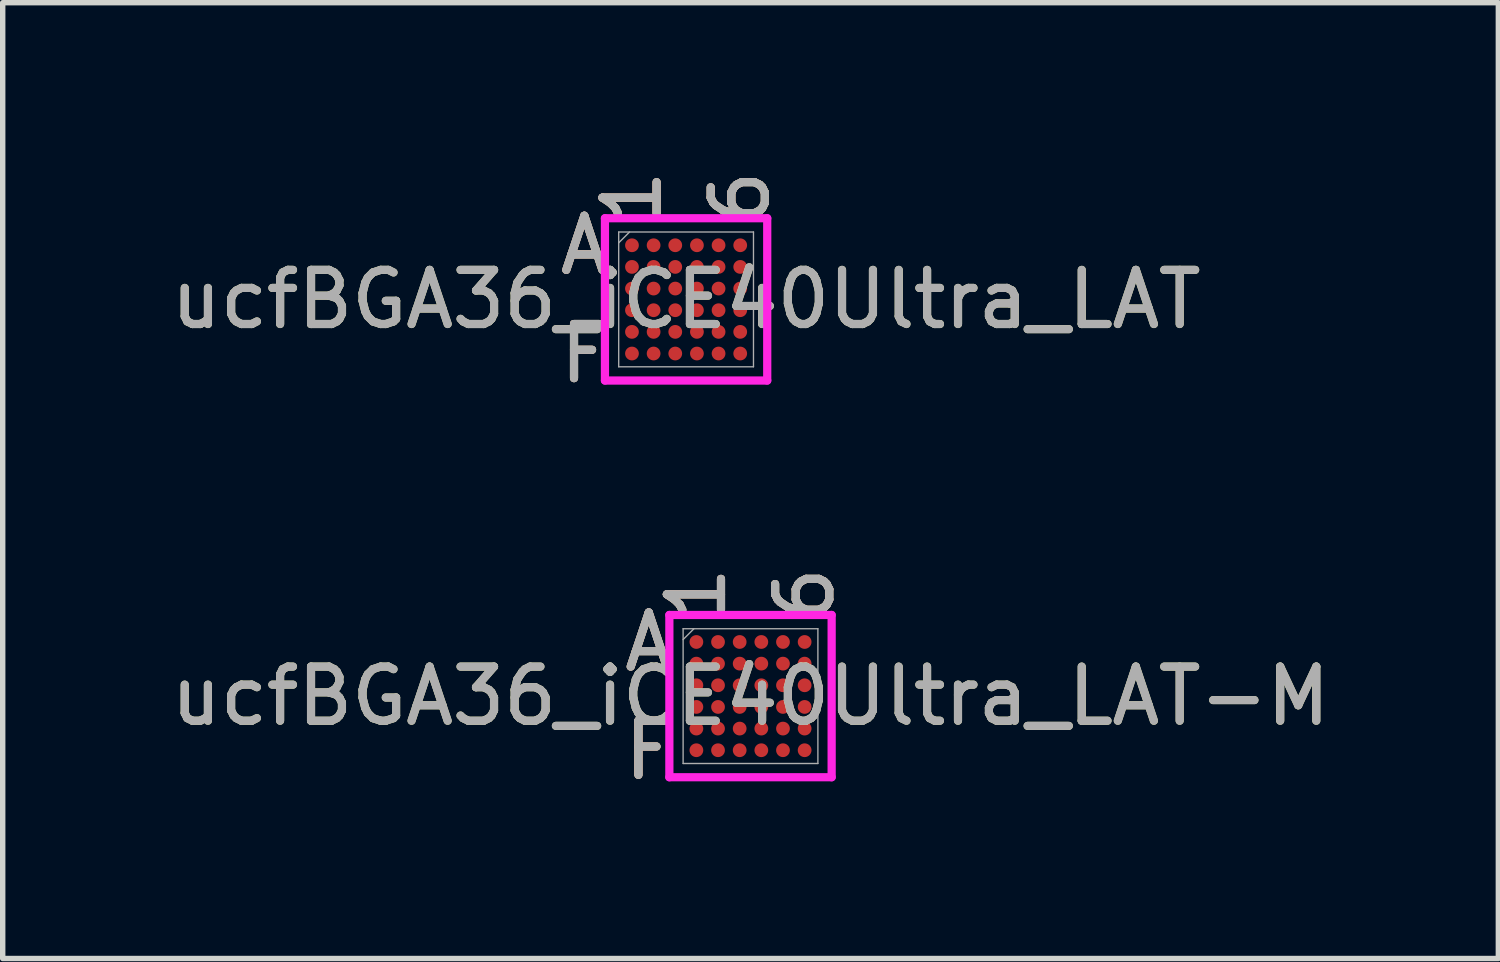
<source format=kicad_pcb>
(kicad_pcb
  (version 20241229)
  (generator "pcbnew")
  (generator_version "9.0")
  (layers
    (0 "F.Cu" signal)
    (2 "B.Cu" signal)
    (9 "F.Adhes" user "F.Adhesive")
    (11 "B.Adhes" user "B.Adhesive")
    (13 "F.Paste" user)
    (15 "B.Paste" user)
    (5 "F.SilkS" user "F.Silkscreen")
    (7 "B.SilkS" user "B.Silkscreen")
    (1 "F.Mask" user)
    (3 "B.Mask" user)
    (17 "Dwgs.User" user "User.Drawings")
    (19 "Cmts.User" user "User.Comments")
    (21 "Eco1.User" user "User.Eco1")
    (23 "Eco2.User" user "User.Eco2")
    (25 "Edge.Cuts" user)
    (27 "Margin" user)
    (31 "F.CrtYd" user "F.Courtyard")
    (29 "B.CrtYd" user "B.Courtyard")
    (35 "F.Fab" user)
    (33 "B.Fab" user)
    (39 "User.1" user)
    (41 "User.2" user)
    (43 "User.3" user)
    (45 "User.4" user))
  (footprint "ucfBGA36_iCE40Ultra_LAT"
    (layer "F.Cu")
    (at 9.625 2.481)
    (property "Reference" "ucfBGA36_iCE40Ultra_LAT" (at 0 0 0) (unlocked yes) (layer "F.SilkS") (effects (font (size 1 1) (thickness 0.15))))
    (attr smd)
    (fp_line (start -1.499 -1.499) (end 1.499 -1.499) (stroke (width 0.152) (type solid)) (layer "F.CrtYd"))
    (fp_line (start -1.499 1.499) (end -1.499 -1.499) (stroke (width 0.152) (type solid)) (layer "F.CrtYd"))
    (fp_line (start 1.499 -1.499) (end 1.499 1.499) (stroke (width 0.152) (type solid)) (layer "F.CrtYd"))
    (fp_line (start 1.499 1.499) (end -1.499 1.499) (stroke (width 0.152) (type solid)) (layer "F.CrtYd"))
    (fp_line (start -1.245 -1.245) (end -1.245 1.245) (stroke (width 0.025) (type solid)) (layer "F.Fab"))
    (fp_line (start -1.245 1.245) (end 1.245 1.245) (stroke (width 0.025) (type solid)) (layer "F.Fab"))
    (fp_line (start -1.045 -1.245) (end -1.245 -1.045) (stroke (width 0.025) (type solid)) (layer "F.Fab"))
    (fp_line (start 1.245 -1.245) (end -1.245 -1.245) (stroke (width 0.025) (type solid)) (layer "F.Fab"))
    (fp_line (start 1.245 1.245) (end 1.245 -1.245) (stroke (width 0.025) (type solid)) (layer "F.Fab"))
    (fp_text user "A" (at -1.88 -1 0) (unlocked yes) (layer "F.SilkS") (effects (font (size 1 1) (thickness 0.15))))
    (fp_text user "6" (at 1 -1.88 90) (unlocked yes) (layer "F.SilkS") (effects (font (size 1 1) (thickness 0.15))))
    (fp_text user "F" (at -1.88 1 0) (unlocked yes) (layer "F.SilkS") (effects (font (size 1 1) (thickness 0.15))))
    (fp_text user "1" (at -1 -1.88 90) (unlocked yes) (layer "F.SilkS") (effects (font (size 1 1) (thickness 0.15))))
    (fp_text user "A" (at -1.88 -1 0) (unlocked yes) (layer "B.SilkS") (effects (font (size 1 1) (thickness 0.15))))
    (fp_text user "6" (at 1 -1.88 90) (unlocked yes) (layer "B.SilkS") (effects (font (size 1 1) (thickness 0.15))))
    (fp_text user "F" (at -1.88 1 0) (unlocked yes) (layer "B.SilkS") (effects (font (size 1 1) (thickness 0.15))))
    (fp_text user "1" (at -1 -1.88 90) (unlocked yes) (layer "B.SilkS") (effects (font (size 1 1) (thickness 0.15))))
    (fp_text user "F" (at -1.88 1 0) (unlocked yes) (layer "F.Fab") (effects (font (size 1 1) (thickness 0.15))))
    (fp_text user "1" (at -1 -1.88 90) (unlocked yes) (layer "F.Fab") (effects (font (size 1 1) (thickness 0.15))))
    (fp_text user "6" (at 1 -1.88 90) (unlocked yes) (layer "F.Fab") (effects (font (size 1 1) (thickness 0.15))))
    (fp_text user "A" (at -1.88 -1 0) (unlocked yes) (layer "F.Fab") (effects (font (size 1 1) (thickness 0.15))))
    (fp_text user "${REFERENCE}" (at 0 0 0) (unlocked yes) (layer "F.Fab") (effects (font (size 1 1) (thickness 0.15))))
    (pad "A1" smd circle (at -1 -1) (size 0.254 0.254) (layers "F.Cu" "F.Mask" "F.Paste"))
    (pad "A2" smd circle (at -0.6 -1) (size 0.254 0.254) (layers "F.Cu" "F.Mask" "F.Paste"))
    (pad "A3" smd circle (at -0.2 -1) (size 0.254 0.254) (layers "F.Cu" "F.Mask" "F.Paste"))
    (pad "A4" smd circle (at 0.2 -1) (size 0.254 0.254) (layers "F.Cu" "F.Mask" "F.Paste"))
    (pad "A5" smd circle (at 0.6 -1) (size 0.254 0.254) (layers "F.Cu" "F.Mask" "F.Paste"))
    (pad "A6" smd circle (at 1 -1) (size 0.254 0.254) (layers "F.Cu" "F.Mask" "F.Paste"))
    (pad "B1" smd circle (at -1 -0.6) (size 0.254 0.254) (layers "F.Cu" "F.Mask" "F.Paste"))
    (pad "B2" smd circle (at -0.6 -0.6) (size 0.254 0.254) (layers "F.Cu" "F.Mask" "F.Paste"))
    (pad "B3" smd circle (at -0.2 -0.6) (size 0.254 0.254) (layers "F.Cu" "F.Mask" "F.Paste"))
    (pad "B4" smd circle (at 0.2 -0.6) (size 0.254 0.254) (layers "F.Cu" "F.Mask" "F.Paste"))
    (pad "B5" smd circle (at 0.6 -0.6) (size 0.254 0.254) (layers "F.Cu" "F.Mask" "F.Paste"))
    (pad "B6" smd circle (at 1 -0.6) (size 0.254 0.254) (layers "F.Cu" "F.Mask" "F.Paste"))
    (pad "C1" smd circle (at -1 -0.2) (size 0.254 0.254) (layers "F.Cu" "F.Mask" "F.Paste"))
    (pad "C2" smd circle (at -0.6 -0.2) (size 0.254 0.254) (layers "F.Cu" "F.Mask" "F.Paste"))
    (pad "C3" smd circle (at -0.2 -0.2) (size 0.254 0.254) (layers "F.Cu" "F.Mask" "F.Paste"))
    (pad "C4" smd circle (at 0.2 -0.2) (size 0.254 0.254) (layers "F.Cu" "F.Mask" "F.Paste"))
    (pad "C5" smd circle (at 0.6 -0.2) (size 0.254 0.254) (layers "F.Cu" "F.Mask" "F.Paste"))
    (pad "C6" smd circle (at 1 -0.2) (size 0.254 0.254) (layers "F.Cu" "F.Mask" "F.Paste"))
    (pad "D1" smd circle (at -1 0.2) (size 0.254 0.254) (layers "F.Cu" "F.Mask" "F.Paste"))
    (pad "D2" smd circle (at -0.6 0.2) (size 0.254 0.254) (layers "F.Cu" "F.Mask" "F.Paste"))
    (pad "D3" smd circle (at -0.2 0.2) (size 0.254 0.254) (layers "F.Cu" "F.Mask" "F.Paste"))
    (pad "D4" smd circle (at 0.2 0.2) (size 0.254 0.254) (layers "F.Cu" "F.Mask" "F.Paste"))
    (pad "D5" smd circle (at 0.6 0.2) (size 0.254 0.254) (layers "F.Cu" "F.Mask" "F.Paste"))
    (pad "D6" smd circle (at 1 0.2) (size 0.254 0.254) (layers "F.Cu" "F.Mask" "F.Paste"))
    (pad "E1" smd circle (at -1 0.6) (size 0.254 0.254) (layers "F.Cu" "F.Mask" "F.Paste"))
    (pad "E2" smd circle (at -0.6 0.6) (size 0.254 0.254) (layers "F.Cu" "F.Mask" "F.Paste"))
    (pad "E3" smd circle (at -0.2 0.6) (size 0.254 0.254) (layers "F.Cu" "F.Mask" "F.Paste"))
    (pad "E4" smd circle (at 0.2 0.6) (size 0.254 0.254) (layers "F.Cu" "F.Mask" "F.Paste"))
    (pad "E5" smd circle (at 0.6 0.6) (size 0.254 0.254) (layers "F.Cu" "F.Mask" "F.Paste"))
    (pad "E6" smd circle (at 1 0.6) (size 0.254 0.254) (layers "F.Cu" "F.Mask" "F.Paste"))
    (pad "F1" smd circle (at -1 1) (size 0.254 0.254) (layers "F.Cu" "F.Mask" "F.Paste"))
    (pad "F2" smd circle (at -0.6 1) (size 0.254 0.254) (layers "F.Cu" "F.Mask" "F.Paste"))
    (pad "F3" smd circle (at -0.2 1) (size 0.254 0.254) (layers "F.Cu" "F.Mask" "F.Paste"))
    (pad "F4" smd circle (at 0.2 1) (size 0.254 0.254) (layers "F.Cu" "F.Mask" "F.Paste"))
    (pad "F5" smd circle (at 0.6 1) (size 0.254 0.254) (layers "F.Cu" "F.Mask" "F.Paste"))
    (pad "F6" smd circle (at 1 1) (size 0.254 0.254) (layers "F.Cu" "F.Mask" "F.Paste")))
  (footprint "ucfBGA36_iCE40Ultra_LAT-M"
    (layer "F.Cu")
    (at 10.815 9.81)
    (property "Reference" "ucfBGA36_iCE40Ultra_LAT-M" (at 0 0 0) (unlocked yes) (layer "F.SilkS") (effects (font (size 1 1) (thickness 0.15))))
    (attr smd)
    (fp_poly (pts (xy -1.645 -1.645) (xy 1.645 -1.645) (xy 1.645 1.645) (xy -1.645 1.645)) (stroke (width 0.1) (type solid)) (fill no) (layer "Eco2.User"))
    (fp_line (start -1.499 -1.499) (end 1.499 -1.499) (stroke (width 0.152) (type solid)) (layer "F.CrtYd"))
    (fp_line (start -1.499 1.499) (end -1.499 -1.499) (stroke (width 0.152) (type solid)) (layer "F.CrtYd"))
    (fp_line (start 1.499 -1.499) (end 1.499 1.499) (stroke (width 0.152) (type solid)) (layer "F.CrtYd"))
    (fp_line (start 1.499 1.499) (end -1.499 1.499) (stroke (width 0.152) (type solid)) (layer "F.CrtYd"))
    (fp_line (start -1.245 -1.245) (end -1.245 1.245) (stroke (width 0.025) (type solid)) (layer "F.Fab"))
    (fp_line (start -1.245 1.245) (end 1.245 1.245) (stroke (width 0.025) (type solid)) (layer "F.Fab"))
    (fp_line (start -1.045 -1.245) (end -1.245 -1.045) (stroke (width 0.025) (type solid)) (layer "F.Fab"))
    (fp_line (start 1.245 -1.245) (end -1.245 -1.245) (stroke (width 0.025) (type solid)) (layer "F.Fab"))
    (fp_line (start 1.245 1.245) (end 1.245 -1.245) (stroke (width 0.025) (type solid)) (layer "F.Fab"))
    (fp_text user "6" (at 1 -1.88 90) (unlocked yes) (layer "F.SilkS") (effects (font (size 1 1) (thickness 0.15))))
    (fp_text user "A" (at -1.88 -1 0) (unlocked yes) (layer "F.SilkS") (effects (font (size 1 1) (thickness 0.15))))
    (fp_text user "1" (at -1 -1.88 90) (unlocked yes) (layer "F.SilkS") (effects (font (size 1 1) (thickness 0.15))))
    (fp_text user "F" (at -1.88 1 0) (unlocked yes) (layer "F.SilkS") (effects (font (size 1 1) (thickness 0.15))))
    (fp_text user "F" (at -1.88 1 0) (unlocked yes) (layer "B.SilkS") (effects (font (size 1 1) (thickness 0.15))))
    (fp_text user "1" (at -1 -1.88 90) (unlocked yes) (layer "B.SilkS") (effects (font (size 1 1) (thickness 0.15))))
    (fp_text user "6" (at 1 -1.88 90) (unlocked yes) (layer "B.SilkS") (effects (font (size 1 1) (thickness 0.15))))
    (fp_text user "A" (at -1.88 -1 0) (unlocked yes) (layer "B.SilkS") (effects (font (size 1 1) (thickness 0.15))))
    (fp_text user "A" (at -1.88 -1 0) (unlocked yes) (layer "F.Fab") (effects (font (size 1 1) (thickness 0.15))))
    (fp_text user "6" (at 1 -1.88 90) (unlocked yes) (layer "F.Fab") (effects (font (size 1 1) (thickness 0.15))))
    (fp_text user "F" (at -1.88 1 0) (unlocked yes) (layer "F.Fab") (effects (font (size 1 1) (thickness 0.15))))
    (fp_text user "1" (at -1 -1.88 90) (unlocked yes) (layer "F.Fab") (effects (font (size 1 1) (thickness 0.15))))
    (fp_text user "${REFERENCE}" (at 0 0 0) (unlocked yes) (layer "F.Fab") (effects (font (size 1 1) (thickness 0.15))))
    (pad "A1" smd circle (at -1 -1) (size 0.254 0.254) (layers "F.Cu" "F.Mask" "F.Paste"))
    (pad "A2" smd circle (at -0.6 -1) (size 0.254 0.254) (layers "F.Cu" "F.Mask" "F.Paste"))
    (pad "A3" smd circle (at -0.2 -1) (size 0.254 0.254) (layers "F.Cu" "F.Mask" "F.Paste"))
    (pad "A4" smd circle (at 0.2 -1) (size 0.254 0.254) (layers "F.Cu" "F.Mask" "F.Paste"))
    (pad "A5" smd circle (at 0.6 -1) (size 0.254 0.254) (layers "F.Cu" "F.Mask" "F.Paste"))
    (pad "A6" smd circle (at 1 -1) (size 0.254 0.254) (layers "F.Cu" "F.Mask" "F.Paste"))
    (pad "B1" smd circle (at -1 -0.6) (size 0.254 0.254) (layers "F.Cu" "F.Mask" "F.Paste"))
    (pad "B2" smd circle (at -0.6 -0.6) (size 0.254 0.254) (layers "F.Cu" "F.Mask" "F.Paste"))
    (pad "B3" smd circle (at -0.2 -0.6) (size 0.254 0.254) (layers "F.Cu" "F.Mask" "F.Paste"))
    (pad "B4" smd circle (at 0.2 -0.6) (size 0.254 0.254) (layers "F.Cu" "F.Mask" "F.Paste"))
    (pad "B5" smd circle (at 0.6 -0.6) (size 0.254 0.254) (layers "F.Cu" "F.Mask" "F.Paste"))
    (pad "B6" smd circle (at 1 -0.6) (size 0.254 0.254) (layers "F.Cu" "F.Mask" "F.Paste"))
    (pad "C1" smd circle (at -1 -0.2) (size 0.254 0.254) (layers "F.Cu" "F.Mask" "F.Paste"))
    (pad "C2" smd circle (at -0.6 -0.2) (size 0.254 0.254) (layers "F.Cu" "F.Mask" "F.Paste"))
    (pad "C3" smd circle (at -0.2 -0.2) (size 0.254 0.254) (layers "F.Cu" "F.Mask" "F.Paste"))
    (pad "C4" smd circle (at 0.2 -0.2) (size 0.254 0.254) (layers "F.Cu" "F.Mask" "F.Paste"))
    (pad "C5" smd circle (at 0.6 -0.2) (size 0.254 0.254) (layers "F.Cu" "F.Mask" "F.Paste"))
    (pad "C6" smd circle (at 1 -0.2) (size 0.254 0.254) (layers "F.Cu" "F.Mask" "F.Paste"))
    (pad "D1" smd circle (at -1 0.2) (size 0.254 0.254) (layers "F.Cu" "F.Mask" "F.Paste"))
    (pad "D2" smd circle (at -0.6 0.2) (size 0.254 0.254) (layers "F.Cu" "F.Mask" "F.Paste"))
    (pad "D3" smd circle (at -0.2 0.2) (size 0.254 0.254) (layers "F.Cu" "F.Mask" "F.Paste"))
    (pad "D4" smd circle (at 0.2 0.2) (size 0.254 0.254) (layers "F.Cu" "F.Mask" "F.Paste"))
    (pad "D5" smd circle (at 0.6 0.2) (size 0.254 0.254) (layers "F.Cu" "F.Mask" "F.Paste"))
    (pad "D6" smd circle (at 1 0.2) (size 0.254 0.254) (layers "F.Cu" "F.Mask" "F.Paste"))
    (pad "E1" smd circle (at -1 0.6) (size 0.254 0.254) (layers "F.Cu" "F.Mask" "F.Paste"))
    (pad "E2" smd circle (at -0.6 0.6) (size 0.254 0.254) (layers "F.Cu" "F.Mask" "F.Paste"))
    (pad "E3" smd circle (at -0.2 0.6) (size 0.254 0.254) (layers "F.Cu" "F.Mask" "F.Paste"))
    (pad "E4" smd circle (at 0.2 0.6) (size 0.254 0.254) (layers "F.Cu" "F.Mask" "F.Paste"))
    (pad "E5" smd circle (at 0.6 0.6) (size 0.254 0.254) (layers "F.Cu" "F.Mask" "F.Paste"))
    (pad "E6" smd circle (at 1 0.6) (size 0.254 0.254) (layers "F.Cu" "F.Mask" "F.Paste"))
    (pad "F1" smd circle (at -1 1) (size 0.254 0.254) (layers "F.Cu" "F.Mask" "F.Paste"))
    (pad "F2" smd circle (at -0.6 1) (size 0.254 0.254) (layers "F.Cu" "F.Mask" "F.Paste"))
    (pad "F3" smd circle (at -0.2 1) (size 0.254 0.254) (layers "F.Cu" "F.Mask" "F.Paste"))
    (pad "F4" smd circle (at 0.2 1) (size 0.254 0.254) (layers "F.Cu" "F.Mask" "F.Paste"))
    (pad "F5" smd circle (at 0.6 1) (size 0.254 0.254) (layers "F.Cu" "F.Mask" "F.Paste"))
    (pad "F6" smd circle (at 1 1) (size 0.254 0.254) (layers "F.Cu" "F.Mask" "F.Paste")))
  (gr_rect
    (start -3 -3)
    (end 24.631 14.658)
    (stroke (width 0.1) (type default))
    (fill no)
    (layer "Edge.Cuts")))
</source>
